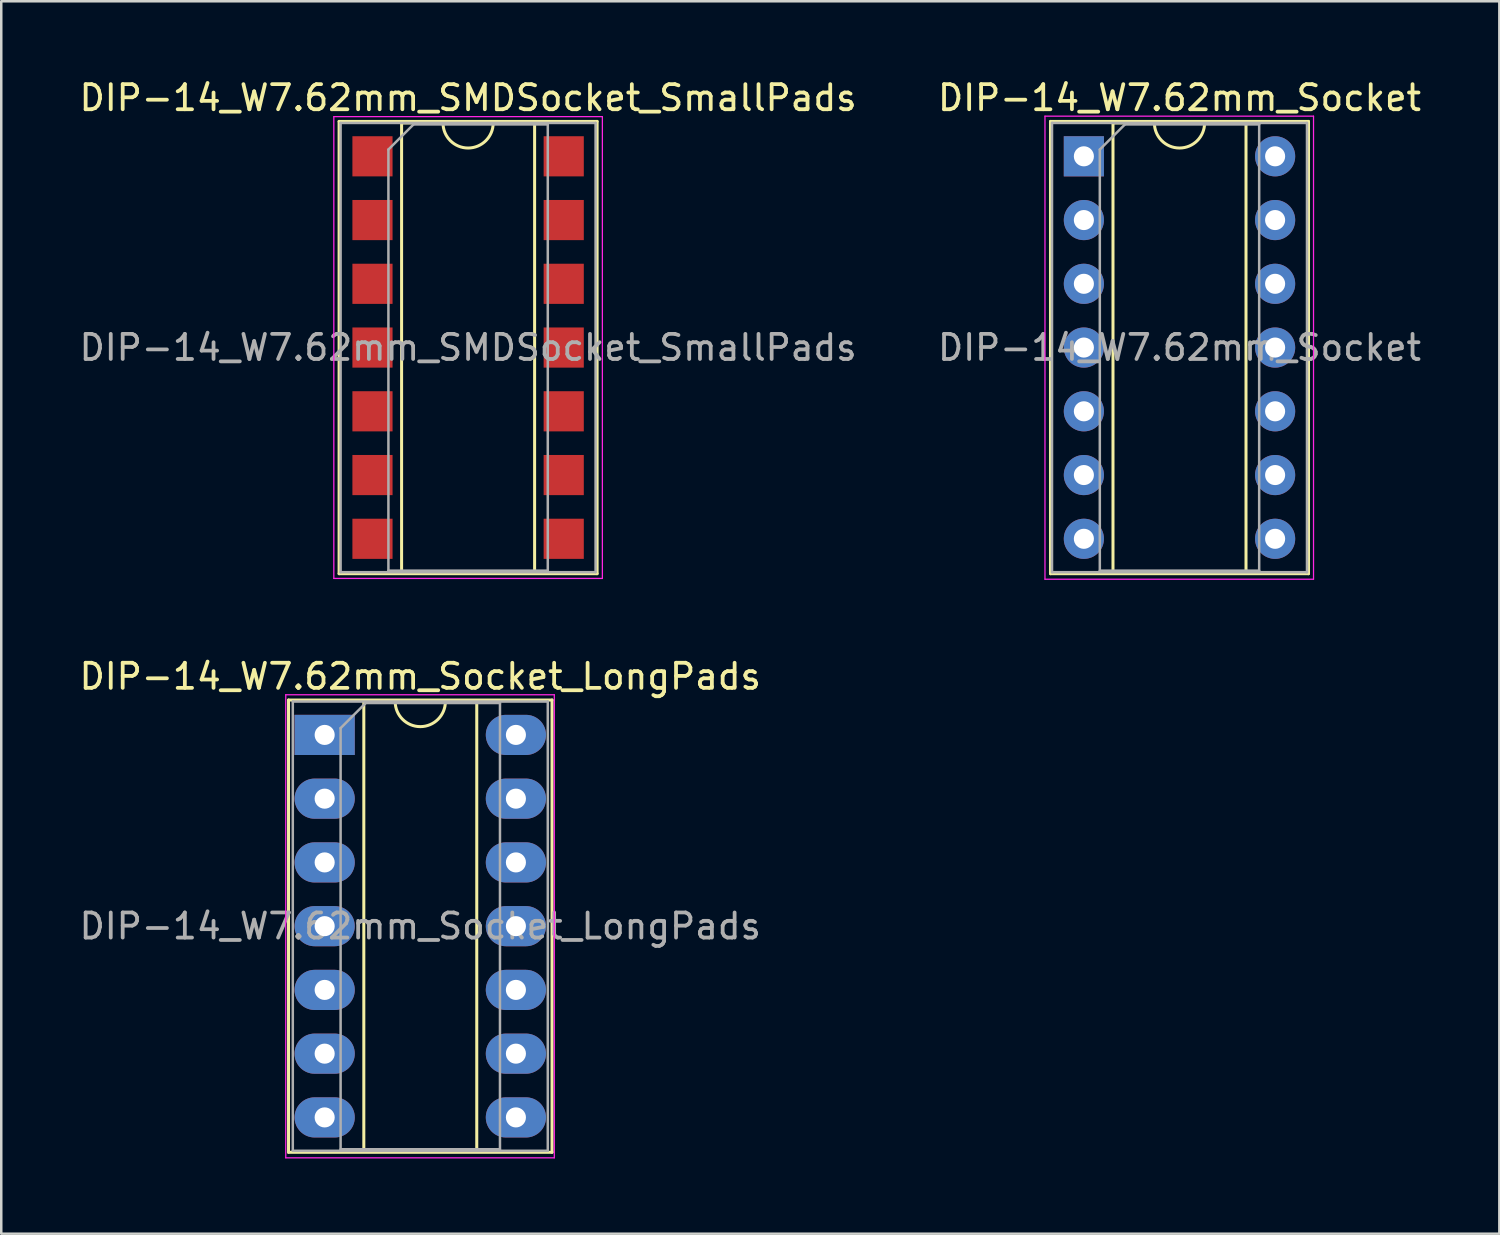
<source format=kicad_pcb>
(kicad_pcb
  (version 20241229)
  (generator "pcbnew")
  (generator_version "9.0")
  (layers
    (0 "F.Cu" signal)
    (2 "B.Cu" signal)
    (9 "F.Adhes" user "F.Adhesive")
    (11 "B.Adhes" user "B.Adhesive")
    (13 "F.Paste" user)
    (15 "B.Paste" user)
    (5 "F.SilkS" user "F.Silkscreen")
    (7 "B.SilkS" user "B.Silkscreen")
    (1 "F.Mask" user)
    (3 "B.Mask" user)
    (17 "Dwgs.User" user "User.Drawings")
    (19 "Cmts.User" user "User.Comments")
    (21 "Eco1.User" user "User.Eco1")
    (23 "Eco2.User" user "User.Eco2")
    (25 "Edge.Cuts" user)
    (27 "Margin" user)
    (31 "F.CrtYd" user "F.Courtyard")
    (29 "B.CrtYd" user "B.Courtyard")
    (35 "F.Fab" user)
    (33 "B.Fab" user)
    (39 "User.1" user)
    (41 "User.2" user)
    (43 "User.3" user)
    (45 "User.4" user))
  (footprint "DIP-14_W7.62mm_Socket"
    (layer "F.Cu")
    (at 40.136 3.178)
    (property "Reference" "DIP-14_W7.62mm_Socket" (at 3.81 -2.33 0) (layer "F.SilkS") (effects (font (size 1 1) (thickness 0.15))))
    (attr through_hole)
    (fp_line (start -1.33 -1.39) (end -1.33 16.63) (stroke (width 0.12) (type solid)) (layer "F.SilkS"))
    (fp_line (start -1.33 16.63) (end 8.95 16.63) (stroke (width 0.12) (type solid)) (layer "F.SilkS"))
    (fp_line (start 1.16 -1.33) (end 1.16 16.57) (stroke (width 0.12) (type solid)) (layer "F.SilkS"))
    (fp_line (start 1.16 16.57) (end 6.46 16.57) (stroke (width 0.12) (type solid)) (layer "F.SilkS"))
    (fp_line (start 2.81 -1.33) (end 1.16 -1.33) (stroke (width 0.12) (type solid)) (layer "F.SilkS"))
    (fp_line (start 6.46 -1.33) (end 4.81 -1.33) (stroke (width 0.12) (type solid)) (layer "F.SilkS"))
    (fp_line (start 6.46 16.57) (end 6.46 -1.33) (stroke (width 0.12) (type solid)) (layer "F.SilkS"))
    (fp_line (start 8.95 -1.39) (end -1.33 -1.39) (stroke (width 0.12) (type solid)) (layer "F.SilkS"))
    (fp_line (start 8.95 16.63) (end 8.95 -1.39) (stroke (width 0.12) (type solid)) (layer "F.SilkS"))
    (fp_arc (start 4.81 -1.33) (mid 3.81 -0.33) (end 2.81 -1.33) (stroke (width 0.12) (type solid)) (layer "F.SilkS"))
    (fp_line (start -1.55 -1.6) (end -1.55 16.85) (stroke (width 0.05) (type solid)) (layer "F.CrtYd"))
    (fp_line (start -1.55 16.85) (end 9.15 16.85) (stroke (width 0.05) (type solid)) (layer "F.CrtYd"))
    (fp_line (start 9.15 -1.6) (end -1.55 -1.6) (stroke (width 0.05) (type solid)) (layer "F.CrtYd"))
    (fp_line (start 9.15 16.85) (end 9.15 -1.6) (stroke (width 0.05) (type solid)) (layer "F.CrtYd"))
    (fp_line (start -1.27 -1.33) (end -1.27 16.57) (stroke (width 0.1) (type solid)) (layer "F.Fab"))
    (fp_line (start -1.27 16.57) (end 8.89 16.57) (stroke (width 0.1) (type solid)) (layer "F.Fab"))
    (fp_line (start 0.635 -0.27) (end 1.635 -1.27) (stroke (width 0.1) (type solid)) (layer "F.Fab"))
    (fp_line (start 0.635 16.51) (end 0.635 -0.27) (stroke (width 0.1) (type solid)) (layer "F.Fab"))
    (fp_line (start 1.635 -1.27) (end 6.985 -1.27) (stroke (width 0.1) (type solid)) (layer "F.Fab"))
    (fp_line (start 6.985 -1.27) (end 6.985 16.51) (stroke (width 0.1) (type solid)) (layer "F.Fab"))
    (fp_line (start 6.985 16.51) (end 0.635 16.51) (stroke (width 0.1) (type solid)) (layer "F.Fab"))
    (fp_line (start 8.89 -1.33) (end -1.27 -1.33) (stroke (width 0.1) (type solid)) (layer "F.Fab"))
    (fp_line (start 8.89 16.57) (end 8.89 -1.33) (stroke (width 0.1) (type solid)) (layer "F.Fab"))
    (fp_text user "${REFERENCE}" (at 3.81 7.62 0) (layer "F.Fab") (effects (font (size 1 1) (thickness 0.15))))
    (pad "1" thru_hole rect (at 0 0) (size 1.6 1.6) (drill 0.8) (layers "*.Cu" "*.Mask"))
    (pad "2" thru_hole oval (at 0 2.54) (size 1.6 1.6) (drill 0.8) (layers "*.Cu" "*.Mask"))
    (pad "3" thru_hole oval (at 0 5.08) (size 1.6 1.6) (drill 0.8) (layers "*.Cu" "*.Mask"))
    (pad "4" thru_hole oval (at 0 7.62) (size 1.6 1.6) (drill 0.8) (layers "*.Cu" "*.Mask"))
    (pad "5" thru_hole oval (at 0 10.16) (size 1.6 1.6) (drill 0.8) (layers "*.Cu" "*.Mask"))
    (pad "6" thru_hole oval (at 0 12.7) (size 1.6 1.6) (drill 0.8) (layers "*.Cu" "*.Mask"))
    (pad "7" thru_hole oval (at 0 15.24) (size 1.6 1.6) (drill 0.8) (layers "*.Cu" "*.Mask"))
    (pad "8" thru_hole oval (at 7.62 15.24) (size 1.6 1.6) (drill 0.8) (layers "*.Cu" "*.Mask"))
    (pad "9" thru_hole oval (at 7.62 12.7) (size 1.6 1.6) (drill 0.8) (layers "*.Cu" "*.Mask"))
    (pad "10" thru_hole oval (at 7.62 10.16) (size 1.6 1.6) (drill 0.8) (layers "*.Cu" "*.Mask"))
    (pad "11" thru_hole oval (at 7.62 7.62) (size 1.6 1.6) (drill 0.8) (layers "*.Cu" "*.Mask"))
    (pad "12" thru_hole oval (at 7.62 5.08) (size 1.6 1.6) (drill 0.8) (layers "*.Cu" "*.Mask"))
    (pad "13" thru_hole oval (at 7.62 2.54) (size 1.6 1.6) (drill 0.8) (layers "*.Cu" "*.Mask"))
    (pad "14" thru_hole oval (at 7.62 0) (size 1.6 1.6) (drill 0.8) (layers "*.Cu" "*.Mask")))
  (footprint "DIP-14_W7.62mm_Socket_LongPads"
    (layer "F.Cu")
    (at 9.886 26.232)
    (property "Reference" "DIP-14_W7.62mm_Socket_LongPads" (at 3.81 -2.33 0) (layer "F.SilkS") (effects (font (size 1 1) (thickness 0.15))))
    (attr through_hole)
    (fp_line (start -1.44 -1.39) (end -1.44 16.63) (stroke (width 0.12) (type solid)) (layer "F.SilkS"))
    (fp_line (start -1.44 16.63) (end 9.06 16.63) (stroke (width 0.12) (type solid)) (layer "F.SilkS"))
    (fp_line (start 1.56 -1.33) (end 1.56 16.57) (stroke (width 0.12) (type solid)) (layer "F.SilkS"))
    (fp_line (start 1.56 16.57) (end 6.06 16.57) (stroke (width 0.12) (type solid)) (layer "F.SilkS"))
    (fp_line (start 2.81 -1.33) (end 1.56 -1.33) (stroke (width 0.12) (type solid)) (layer "F.SilkS"))
    (fp_line (start 6.06 -1.33) (end 4.81 -1.33) (stroke (width 0.12) (type solid)) (layer "F.SilkS"))
    (fp_line (start 6.06 16.57) (end 6.06 -1.33) (stroke (width 0.12) (type solid)) (layer "F.SilkS"))
    (fp_line (start 9.06 -1.39) (end -1.44 -1.39) (stroke (width 0.12) (type solid)) (layer "F.SilkS"))
    (fp_line (start 9.06 16.63) (end 9.06 -1.39) (stroke (width 0.12) (type solid)) (layer "F.SilkS"))
    (fp_arc (start 4.81 -1.33) (mid 3.81 -0.33) (end 2.81 -1.33) (stroke (width 0.12) (type solid)) (layer "F.SilkS"))
    (fp_line (start -1.55 -1.6) (end -1.55 16.85) (stroke (width 0.05) (type solid)) (layer "F.CrtYd"))
    (fp_line (start -1.55 16.85) (end 9.15 16.85) (stroke (width 0.05) (type solid)) (layer "F.CrtYd"))
    (fp_line (start 9.15 -1.6) (end -1.55 -1.6) (stroke (width 0.05) (type solid)) (layer "F.CrtYd"))
    (fp_line (start 9.15 16.85) (end 9.15 -1.6) (stroke (width 0.05) (type solid)) (layer "F.CrtYd"))
    (fp_line (start -1.27 -1.33) (end -1.27 16.57) (stroke (width 0.1) (type solid)) (layer "F.Fab"))
    (fp_line (start -1.27 16.57) (end 8.89 16.57) (stroke (width 0.1) (type solid)) (layer "F.Fab"))
    (fp_line (start 0.635 -0.27) (end 1.635 -1.27) (stroke (width 0.1) (type solid)) (layer "F.Fab"))
    (fp_line (start 0.635 16.51) (end 0.635 -0.27) (stroke (width 0.1) (type solid)) (layer "F.Fab"))
    (fp_line (start 1.635 -1.27) (end 6.985 -1.27) (stroke (width 0.1) (type solid)) (layer "F.Fab"))
    (fp_line (start 6.985 -1.27) (end 6.985 16.51) (stroke (width 0.1) (type solid)) (layer "F.Fab"))
    (fp_line (start 6.985 16.51) (end 0.635 16.51) (stroke (width 0.1) (type solid)) (layer "F.Fab"))
    (fp_line (start 8.89 -1.33) (end -1.27 -1.33) (stroke (width 0.1) (type solid)) (layer "F.Fab"))
    (fp_line (start 8.89 16.57) (end 8.89 -1.33) (stroke (width 0.1) (type solid)) (layer "F.Fab"))
    (fp_text user "${REFERENCE}" (at 3.81 7.62 0) (layer "F.Fab") (effects (font (size 1 1) (thickness 0.15))))
    (pad "1" thru_hole rect (at 0 0) (size 2.4 1.6) (drill 0.8) (layers "*.Cu" "*.Mask"))
    (pad "2" thru_hole oval (at 0 2.54) (size 2.4 1.6) (drill 0.8) (layers "*.Cu" "*.Mask"))
    (pad "3" thru_hole oval (at 0 5.08) (size 2.4 1.6) (drill 0.8) (layers "*.Cu" "*.Mask"))
    (pad "4" thru_hole oval (at 0 7.62) (size 2.4 1.6) (drill 0.8) (layers "*.Cu" "*.Mask"))
    (pad "5" thru_hole oval (at 0 10.16) (size 2.4 1.6) (drill 0.8) (layers "*.Cu" "*.Mask"))
    (pad "6" thru_hole oval (at 0 12.7) (size 2.4 1.6) (drill 0.8) (layers "*.Cu" "*.Mask"))
    (pad "7" thru_hole oval (at 0 15.24) (size 2.4 1.6) (drill 0.8) (layers "*.Cu" "*.Mask"))
    (pad "8" thru_hole oval (at 7.62 15.24) (size 2.4 1.6) (drill 0.8) (layers "*.Cu" "*.Mask"))
    (pad "9" thru_hole oval (at 7.62 12.7) (size 2.4 1.6) (drill 0.8) (layers "*.Cu" "*.Mask"))
    (pad "10" thru_hole oval (at 7.62 10.16) (size 2.4 1.6) (drill 0.8) (layers "*.Cu" "*.Mask"))
    (pad "11" thru_hole oval (at 7.62 7.62) (size 2.4 1.6) (drill 0.8) (layers "*.Cu" "*.Mask"))
    (pad "12" thru_hole oval (at 7.62 5.08) (size 2.4 1.6) (drill 0.8) (layers "*.Cu" "*.Mask"))
    (pad "13" thru_hole oval (at 7.62 2.54) (size 2.4 1.6) (drill 0.8) (layers "*.Cu" "*.Mask"))
    (pad "14" thru_hole oval (at 7.62 0) (size 2.4 1.6) (drill 0.8) (layers "*.Cu" "*.Mask")))
  (footprint "DIP-14_W7.62mm_SMDSocket_SmallPads"
    (layer "F.Cu")
    (at 15.601 10.798)
    (property "Reference" "DIP-14_W7.62mm_SMDSocket_SmallPads" (at 0 -9.95 0) (layer "F.SilkS") (effects (font (size 1 1) (thickness 0.15))))
    (attr smd)
    (fp_line (start -5.14 -9.01) (end -5.14 9.01) (stroke (width 0.12) (type solid)) (layer "F.SilkS"))
    (fp_line (start -5.14 9.01) (end 5.14 9.01) (stroke (width 0.12) (type solid)) (layer "F.SilkS"))
    (fp_line (start -2.65 -8.95) (end -2.65 8.95) (stroke (width 0.12) (type solid)) (layer "F.SilkS"))
    (fp_line (start -2.65 8.95) (end 2.65 8.95) (stroke (width 0.12) (type solid)) (layer "F.SilkS"))
    (fp_line (start -1 -8.95) (end -2.65 -8.95) (stroke (width 0.12) (type solid)) (layer "F.SilkS"))
    (fp_line (start 2.65 -8.95) (end 1 -8.95) (stroke (width 0.12) (type solid)) (layer "F.SilkS"))
    (fp_line (start 2.65 8.95) (end 2.65 -8.95) (stroke (width 0.12) (type solid)) (layer "F.SilkS"))
    (fp_line (start 5.14 -9.01) (end -5.14 -9.01) (stroke (width 0.12) (type solid)) (layer "F.SilkS"))
    (fp_line (start 5.14 9.01) (end 5.14 -9.01) (stroke (width 0.12) (type solid)) (layer "F.SilkS"))
    (fp_arc (start 1 -8.95) (mid 0 -7.95) (end -1 -8.95) (stroke (width 0.12) (type solid)) (layer "F.SilkS"))
    (fp_line (start -5.35 -9.2) (end -5.35 9.2) (stroke (width 0.05) (type solid)) (layer "F.CrtYd"))
    (fp_line (start -5.35 9.2) (end 5.35 9.2) (stroke (width 0.05) (type solid)) (layer "F.CrtYd"))
    (fp_line (start 5.35 -9.2) (end -5.35 -9.2) (stroke (width 0.05) (type solid)) (layer "F.CrtYd"))
    (fp_line (start 5.35 9.2) (end 5.35 -9.2) (stroke (width 0.05) (type solid)) (layer "F.CrtYd"))
    (fp_line (start -5.08 -8.95) (end -5.08 8.95) (stroke (width 0.1) (type solid)) (layer "F.Fab"))
    (fp_line (start -5.08 8.95) (end 5.08 8.95) (stroke (width 0.1) (type solid)) (layer "F.Fab"))
    (fp_line (start -3.175 -7.89) (end -2.175 -8.89) (stroke (width 0.1) (type solid)) (layer "F.Fab"))
    (fp_line (start -3.175 8.89) (end -3.175 -7.89) (stroke (width 0.1) (type solid)) (layer "F.Fab"))
    (fp_line (start -2.175 -8.89) (end 3.175 -8.89) (stroke (width 0.1) (type solid)) (layer "F.Fab"))
    (fp_line (start 3.175 -8.89) (end 3.175 8.89) (stroke (width 0.1) (type solid)) (layer "F.Fab"))
    (fp_line (start 3.175 8.89) (end -3.175 8.89) (stroke (width 0.1) (type solid)) (layer "F.Fab"))
    (fp_line (start 5.08 -8.95) (end -5.08 -8.95) (stroke (width 0.1) (type solid)) (layer "F.Fab"))
    (fp_line (start 5.08 8.95) (end 5.08 -8.95) (stroke (width 0.1) (type solid)) (layer "F.Fab"))
    (fp_text user "${REFERENCE}" (at 0 0 0) (layer "F.Fab") (effects (font (size 1 1) (thickness 0.15))))
    (pad "1" smd rect (at -3.81 -7.62) (size 1.6 1.6) (layers "F.Cu" "F.Mask" "F.Paste"))
    (pad "2" smd rect (at -3.81 -5.08) (size 1.6 1.6) (layers "F.Cu" "F.Mask" "F.Paste"))
    (pad "3" smd rect (at -3.81 -2.54) (size 1.6 1.6) (layers "F.Cu" "F.Mask" "F.Paste"))
    (pad "4" smd rect (at -3.81 0) (size 1.6 1.6) (layers "F.Cu" "F.Mask" "F.Paste"))
    (pad "5" smd rect (at -3.81 2.54) (size 1.6 1.6) (layers "F.Cu" "F.Mask" "F.Paste"))
    (pad "6" smd rect (at -3.81 5.08) (size 1.6 1.6) (layers "F.Cu" "F.Mask" "F.Paste"))
    (pad "7" smd rect (at -3.81 7.62) (size 1.6 1.6) (layers "F.Cu" "F.Mask" "F.Paste"))
    (pad "8" smd rect (at 3.81 7.62) (size 1.6 1.6) (layers "F.Cu" "F.Mask" "F.Paste"))
    (pad "9" smd rect (at 3.81 5.08) (size 1.6 1.6) (layers "F.Cu" "F.Mask" "F.Paste"))
    (pad "10" smd rect (at 3.81 2.54) (size 1.6 1.6) (layers "F.Cu" "F.Mask" "F.Paste"))
    (pad "11" smd rect (at 3.81 0) (size 1.6 1.6) (layers "F.Cu" "F.Mask" "F.Paste"))
    (pad "12" smd rect (at 3.81 -2.54) (size 1.6 1.6) (layers "F.Cu" "F.Mask" "F.Paste"))
    (pad "13" smd rect (at 3.81 -5.08) (size 1.6 1.6) (layers "F.Cu" "F.Mask" "F.Paste"))
    (pad "14" smd rect (at 3.81 -7.62) (size 1.6 1.6) (layers "F.Cu" "F.Mask" "F.Paste")))
  (gr_rect
    (start -3 -3)
    (end 56.69 46.106)
    (stroke (width 0.1) (type default))
    (fill no)
    (layer "Edge.Cuts")))
</source>
